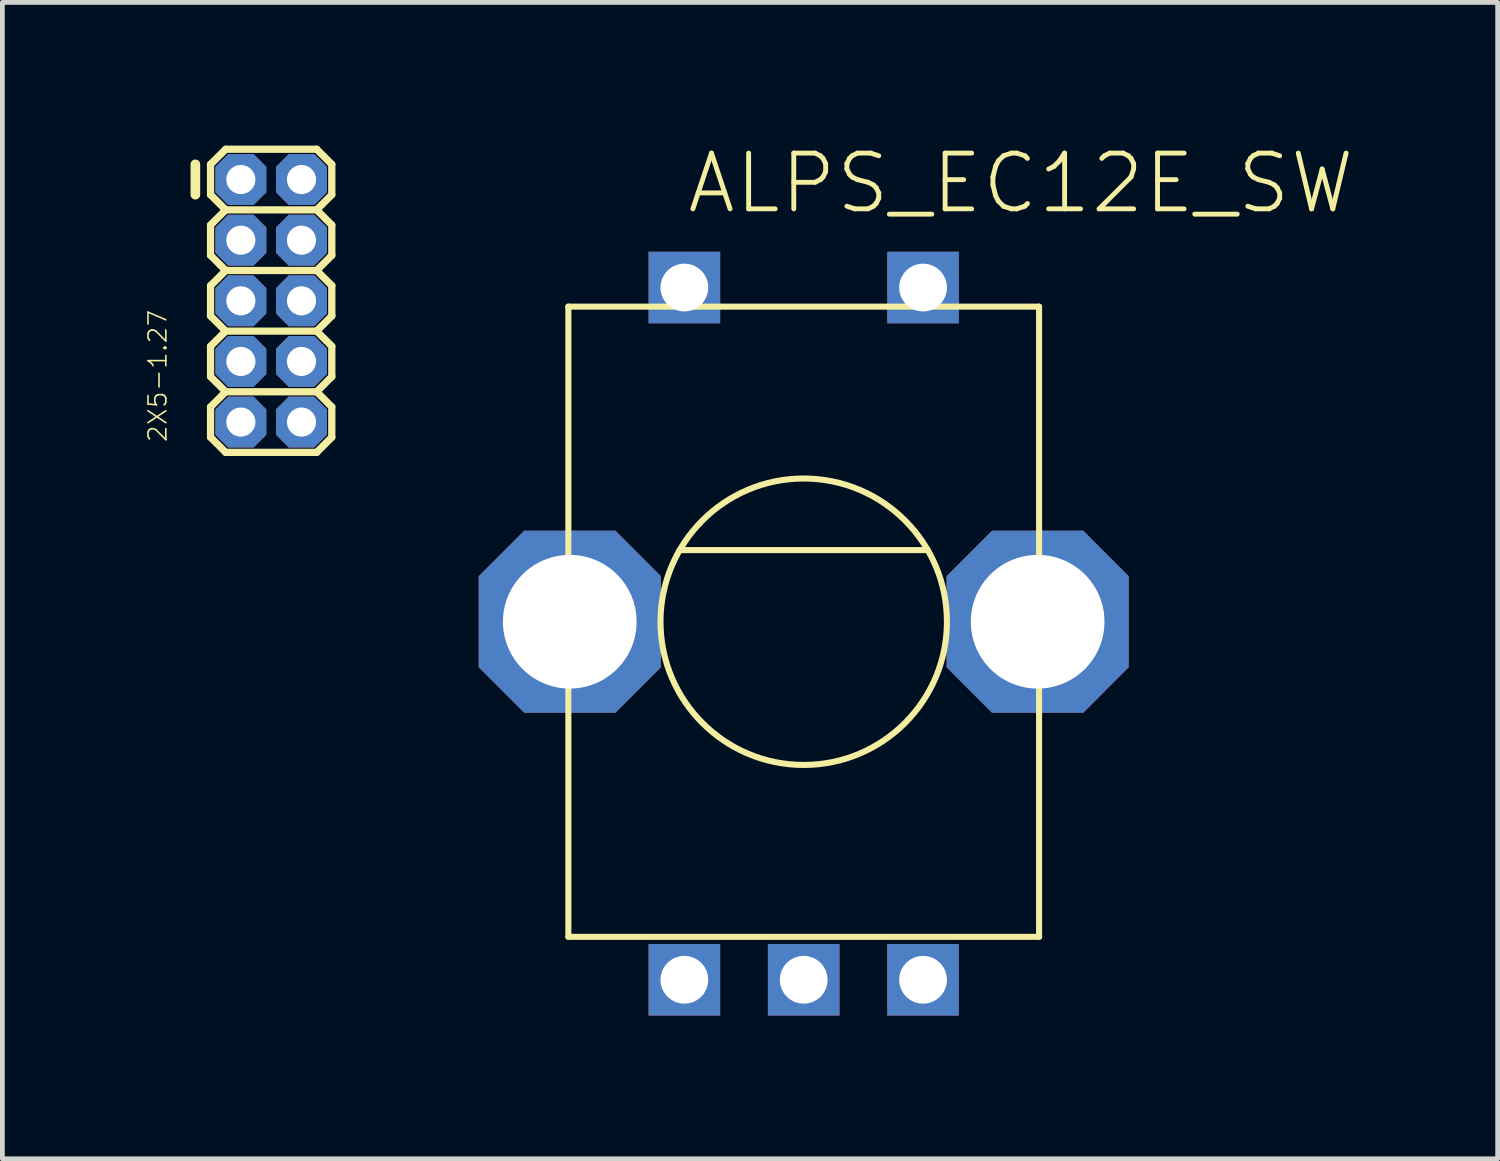
<source format=kicad_pcb>
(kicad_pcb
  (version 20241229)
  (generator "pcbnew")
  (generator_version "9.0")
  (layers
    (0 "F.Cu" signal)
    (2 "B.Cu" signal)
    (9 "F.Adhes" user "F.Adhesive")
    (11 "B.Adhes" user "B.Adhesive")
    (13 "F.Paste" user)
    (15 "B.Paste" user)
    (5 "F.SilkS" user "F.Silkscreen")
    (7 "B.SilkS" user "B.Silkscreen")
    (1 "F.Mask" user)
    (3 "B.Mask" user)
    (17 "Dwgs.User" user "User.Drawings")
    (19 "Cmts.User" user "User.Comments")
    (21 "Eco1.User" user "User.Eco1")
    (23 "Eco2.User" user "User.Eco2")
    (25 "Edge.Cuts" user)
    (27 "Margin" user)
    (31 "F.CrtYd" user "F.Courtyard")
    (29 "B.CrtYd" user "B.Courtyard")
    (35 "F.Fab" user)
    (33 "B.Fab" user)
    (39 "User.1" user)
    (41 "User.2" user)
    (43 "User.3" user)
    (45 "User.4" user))
  (footprint "2X5-1.27"
    (layer "F.Cu")
    (at 3.265 4.521)
    (property "Reference" "2X5-1.27" (at -2.794 1.714 90) (layer "F.SilkS") (effects (font (size 0.374 0.374) (thickness 0.033)) (justify left bottom)))
    (fp_line (start -2.223 -4.128) (end -2.223 -3.493) (stroke (width 0.203) (type solid)) (layer "F.SilkS"))
    (fp_line (start -1.905 -4.128) (end -1.905 -3.493) (stroke (width 0.152) (type solid)) (layer "F.SilkS"))
    (fp_line (start -1.905 -3.493) (end -1.587 -3.175) (stroke (width 0.152) (type solid)) (layer "F.SilkS"))
    (fp_line (start -1.905 -2.857) (end -1.905 -2.223) (stroke (width 0.152) (type solid)) (layer "F.SilkS"))
    (fp_line (start -1.905 -2.223) (end -1.587 -1.905) (stroke (width 0.152) (type solid)) (layer "F.SilkS"))
    (fp_line (start -1.905 -1.587) (end -1.905 -0.953) (stroke (width 0.152) (type solid)) (layer "F.SilkS"))
    (fp_line (start -1.905 -0.953) (end -1.587 -0.635) (stroke (width 0.152) (type solid)) (layer "F.SilkS"))
    (fp_line (start -1.905 -0.318) (end -1.905 0.318) (stroke (width 0.152) (type solid)) (layer "F.SilkS"))
    (fp_line (start -1.905 0.318) (end -1.587 0.635) (stroke (width 0.152) (type solid)) (layer "F.SilkS"))
    (fp_line (start -1.905 0.953) (end -1.905 1.587) (stroke (width 0.152) (type solid)) (layer "F.SilkS"))
    (fp_line (start -1.905 1.587) (end -1.587 1.905) (stroke (width 0.152) (type solid)) (layer "F.SilkS"))
    (fp_line (start -1.587 -4.445) (end -1.905 -4.128) (stroke (width 0.152) (type solid)) (layer "F.SilkS"))
    (fp_line (start -1.587 -4.445) (end 0.318 -4.445) (stroke (width 0.152) (type solid)) (layer "F.SilkS"))
    (fp_line (start -1.587 -3.175) (end -1.905 -2.857) (stroke (width 0.152) (type solid)) (layer "F.SilkS"))
    (fp_line (start -1.587 -1.905) (end -1.905 -1.587) (stroke (width 0.152) (type solid)) (layer "F.SilkS"))
    (fp_line (start -1.587 -0.635) (end -1.905 -0.318) (stroke (width 0.152) (type solid)) (layer "F.SilkS"))
    (fp_line (start -1.587 0.635) (end -1.905 0.953) (stroke (width 0.152) (type solid)) (layer "F.SilkS"))
    (fp_line (start 0.318 -4.445) (end 0.635 -4.128) (stroke (width 0.152) (type solid)) (layer "F.SilkS"))
    (fp_line (start 0.318 -3.175) (end -1.587 -3.175) (stroke (width 0.152) (type solid)) (layer "F.SilkS"))
    (fp_line (start 0.318 -3.175) (end 0.635 -2.857) (stroke (width 0.152) (type solid)) (layer "F.SilkS"))
    (fp_line (start 0.318 -1.905) (end -1.587 -1.905) (stroke (width 0.152) (type solid)) (layer "F.SilkS"))
    (fp_line (start 0.318 -1.905) (end 0.635 -1.587) (stroke (width 0.152) (type solid)) (layer "F.SilkS"))
    (fp_line (start 0.318 -0.635) (end -1.587 -0.635) (stroke (width 0.152) (type solid)) (layer "F.SilkS"))
    (fp_line (start 0.318 -0.635) (end 0.635 -0.318) (stroke (width 0.152) (type solid)) (layer "F.SilkS"))
    (fp_line (start 0.318 0.635) (end -1.587 0.635) (stroke (width 0.152) (type solid)) (layer "F.SilkS"))
    (fp_line (start 0.318 0.635) (end 0.635 0.953) (stroke (width 0.152) (type solid)) (layer "F.SilkS"))
    (fp_line (start 0.318 1.905) (end -1.587 1.905) (stroke (width 0.152) (type solid)) (layer "F.SilkS"))
    (fp_line (start 0.635 -4.128) (end 0.635 -3.493) (stroke (width 0.152) (type solid)) (layer "F.SilkS"))
    (fp_line (start 0.635 -3.493) (end 0.318 -3.175) (stroke (width 0.152) (type solid)) (layer "F.SilkS"))
    (fp_line (start 0.635 -2.857) (end 0.635 -2.223) (stroke (width 0.152) (type solid)) (layer "F.SilkS"))
    (fp_line (start 0.635 -2.223) (end 0.318 -1.905) (stroke (width 0.152) (type solid)) (layer "F.SilkS"))
    (fp_line (start 0.635 -1.587) (end 0.635 -0.953) (stroke (width 0.152) (type solid)) (layer "F.SilkS"))
    (fp_line (start 0.635 -0.953) (end 0.318 -0.635) (stroke (width 0.152) (type solid)) (layer "F.SilkS"))
    (fp_line (start 0.635 -0.318) (end 0.635 0.318) (stroke (width 0.152) (type solid)) (layer "F.SilkS"))
    (fp_line (start 0.635 0.318) (end 0.318 0.635) (stroke (width 0.152) (type solid)) (layer "F.SilkS"))
    (fp_line (start 0.635 0.953) (end 0.635 1.587) (stroke (width 0.152) (type solid)) (layer "F.SilkS"))
    (fp_line (start 0.635 1.587) (end 0.318 1.905) (stroke (width 0.152) (type solid)) (layer "F.SilkS"))
    (fp_poly (pts (xy -1.397 -3.683) (xy -1.143 -3.683) (xy -1.143 -3.937) (xy -1.397 -3.937)) (stroke (width 0.1) (type solid)) (fill no) (layer "F.Fab"))
    (fp_poly (pts (xy -1.397 -2.413) (xy -1.143 -2.413) (xy -1.143 -2.667) (xy -1.397 -2.667)) (stroke (width 0.1) (type solid)) (fill no) (layer "F.Fab"))
    (fp_poly (pts (xy -1.397 -1.143) (xy -1.143 -1.143) (xy -1.143 -1.397) (xy -1.397 -1.397)) (stroke (width 0.1) (type solid)) (fill no) (layer "F.Fab"))
    (fp_poly (pts (xy -1.397 0.127) (xy -1.143 0.127) (xy -1.143 -0.127) (xy -1.397 -0.127)) (stroke (width 0.1) (type solid)) (fill no) (layer "F.Fab"))
    (fp_poly (pts (xy -1.397 1.397) (xy -1.143 1.397) (xy -1.143 1.143) (xy -1.397 1.143)) (stroke (width 0.1) (type solid)) (fill no) (layer "F.Fab"))
    (fp_poly (pts (xy -0.127 -3.683) (xy 0.127 -3.683) (xy 0.127 -3.937) (xy -0.127 -3.937)) (stroke (width 0.1) (type solid)) (fill no) (layer "F.Fab"))
    (fp_poly (pts (xy -0.127 -2.413) (xy 0.127 -2.413) (xy 0.127 -2.667) (xy -0.127 -2.667)) (stroke (width 0.1) (type solid)) (fill no) (layer "F.Fab"))
    (fp_poly (pts (xy -0.127 -1.143) (xy 0.127 -1.143) (xy 0.127 -1.397) (xy -0.127 -1.397)) (stroke (width 0.1) (type solid)) (fill no) (layer "F.Fab"))
    (fp_poly (pts (xy -0.127 0.127) (xy 0.127 0.127) (xy 0.127 -0.127) (xy -0.127 -0.127)) (stroke (width 0.1) (type solid)) (fill no) (layer "F.Fab"))
    (fp_poly (pts (xy -0.127 1.397) (xy 0.127 1.397) (xy 0.127 1.143) (xy -0.127 1.143)) (stroke (width 0.1) (type solid)) (fill no) (layer "F.Fab"))
    (pad "1" thru_hole roundrect (at -1.27 -3.81 270) (size 1.067 1.067) (drill 0.61) (layers "*.Cu" "*.Mask") (roundrect_rratio 0.25) (chamfer_ratio 0.25) (chamfer top_left top_right bottom_left bottom_right))
    (pad "2" thru_hole roundrect (at 0 -3.81 270) (size 1.067 1.067) (drill 0.61) (layers "*.Cu" "*.Mask") (roundrect_rratio 0.25) (chamfer_ratio 0.25) (chamfer top_left top_right bottom_left bottom_right))
    (pad "3" thru_hole roundrect (at -1.27 -2.54 270) (size 1.067 1.067) (drill 0.61) (layers "*.Cu" "*.Mask") (roundrect_rratio 0.25) (chamfer_ratio 0.25) (chamfer top_left top_right bottom_left bottom_right))
    (pad "4" thru_hole roundrect (at 0 -2.54 270) (size 1.067 1.067) (drill 0.61) (layers "*.Cu" "*.Mask") (roundrect_rratio 0.25) (chamfer_ratio 0.25) (chamfer top_left top_right bottom_left bottom_right))
    (pad "5" thru_hole roundrect (at -1.27 -1.27 270) (size 1.067 1.067) (drill 0.61) (layers "*.Cu" "*.Mask") (roundrect_rratio 0.25) (chamfer_ratio 0.25) (chamfer top_left top_right bottom_left bottom_right))
    (pad "6" thru_hole roundrect (at 0 -1.27 270) (size 1.067 1.067) (drill 0.61) (layers "*.Cu" "*.Mask") (roundrect_rratio 0.25) (chamfer_ratio 0.25) (chamfer top_left top_right bottom_left bottom_right))
    (pad "7" thru_hole roundrect (at -1.27 0 270) (size 1.067 1.067) (drill 0.61) (layers "*.Cu" "*.Mask") (roundrect_rratio 0.25) (chamfer_ratio 0.25) (chamfer top_left top_right bottom_left bottom_right))
    (pad "8" thru_hole roundrect (at 0 0 270) (size 1.067 1.067) (drill 0.61) (layers "*.Cu" "*.Mask") (roundrect_rratio 0.25) (chamfer_ratio 0.25) (chamfer top_left top_right bottom_left bottom_right))
    (pad "9" thru_hole roundrect (at -1.27 1.27 270) (size 1.067 1.067) (drill 0.61) (layers "*.Cu" "*.Mask") (roundrect_rratio 0.25) (chamfer_ratio 0.25) (chamfer top_left top_right bottom_left bottom_right))
    (pad "10" thru_hole roundrect (at 0 1.27 270) (size 1.067 1.067) (drill 0.61) (layers "*.Cu" "*.Mask") (roundrect_rratio 0.25) (chamfer_ratio 0.25) (chamfer top_left top_right bottom_left bottom_right)))
  (footprint "ALPS_EC12E_SW"
    (layer "F.Cu")
    (at 13.785 9.973)
    (property "Reference" "ALPS_EC12E_SW" (at -2.5 -8.5 0) (layer "F.SilkS") (effects (font (size 1.168 1.168) (thickness 0.102)) (justify left bottom)))
    (fp_line (start -4.93 -6.6) (end -4.93 6.6) (stroke (width 0.127) (type solid)) (layer "F.SilkS"))
    (fp_line (start -4.93 6.6) (end 4.93 6.6) (stroke (width 0.127) (type solid)) (layer "F.SilkS"))
    (fp_line (start -2.6 -1.5) (end 2.6 -1.5) (stroke (width 0.127) (type solid)) (layer "F.SilkS"))
    (fp_line (start 4.93 -6.6) (end -4.93 -6.6) (stroke (width 0.127) (type solid)) (layer "F.SilkS"))
    (fp_line (start 4.93 6.6) (end 4.93 -6.6) (stroke (width 0.127) (type solid)) (layer "F.SilkS"))
    (fp_circle (center 0 0) (end 3 0) (stroke (width 0.127) (type solid)) (fill no) (layer "F.SilkS"))
    (pad "A" thru_hole rect (at -2.5 7.5) (size 1.5 1.5) (drill 1) (layers "*.Cu" "*.Mask"))
    (pad "B" thru_hole rect (at 2.5 7.5) (size 1.5 1.5) (drill 1) (layers "*.Cu" "*.Mask"))
    (pad "C" thru_hole rect (at 0 7.5) (size 1.5 1.5) (drill 1) (layers "*.Cu" "*.Mask"))
    (pad "D" thru_hole rect (at -2.5 -7) (size 1.5 1.5) (drill 1) (layers "*.Cu" "*.Mask"))
    (pad "E" thru_hole rect (at 2.5 -7) (size 1.5 1.5) (drill 1) (layers "*.Cu" "*.Mask"))
    (pad "GND1" thru_hole roundrect (at -4.9 0) (size 3.816 3.816) (drill 2.8) (layers "*.Cu" "*.Mask") (roundrect_rratio 0.25) (chamfer_ratio 0.25) (chamfer top_left top_right bottom_left bottom_right))
    (pad "GND2" thru_hole roundrect (at 4.9 0) (size 3.816 3.816) (drill 2.8) (layers "*.Cu" "*.Mask") (roundrect_rratio 0.25) (chamfer_ratio 0.25) (chamfer top_left top_right bottom_left bottom_right)))
  (gr_rect
    (start -3 -3)
    (end 28.321 21.223)
    (stroke (width 0.1) (type default))
    (fill no)
    (layer "Edge.Cuts")))
</source>
